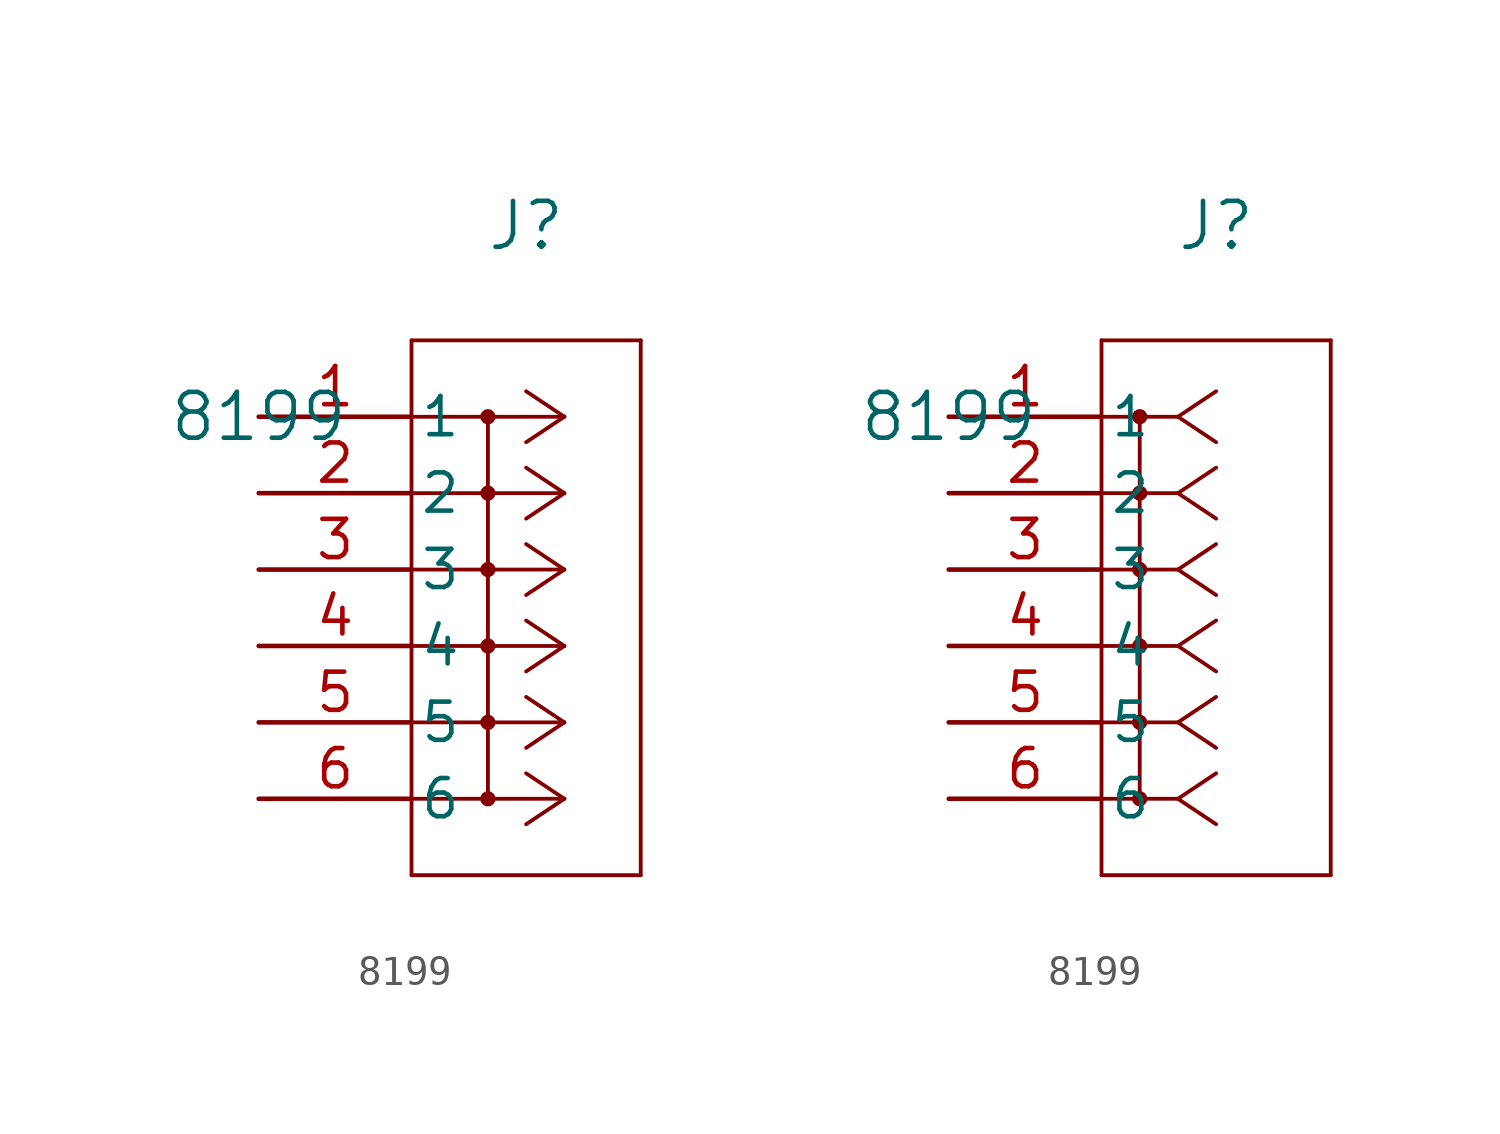
<source format=kicad_sym>
(kicad_symbol_lib
  (version 20211014)
  (generator kicad_symbol_editor)
  (symbol "8199"
    (pin_names
      (offset 0.254))
    (property "Reference" "J"
      (at 8.89 6.35 0)
      (effects (font (size 1.524 1.524))))
    (property "Value" "8199"
      (at 0 0 0)
      (effects (font (size 1.524 1.524))))
    (symbol "8199_1_1"
      (polyline (pts (xy 10.16 0) (xy 5.08 0)) (stroke (width 0.127) (type default) (color 0 0 0 0)) (fill (type none)))
      (polyline (pts (xy 10.16 -2.54) (xy 5.08 -2.54)) (stroke (width 0.127) (type default) (color 0 0 0 0)) (fill (type none)))
      (polyline (pts (xy 10.16 -5.08) (xy 5.08 -5.08)) (stroke (width 0.127) (type default) (color 0 0 0 0)) (fill (type none)))
      (polyline (pts (xy 10.16 -7.62) (xy 5.08 -7.62)) (stroke (width 0.127) (type default) (color 0 0 0 0)) (fill (type none)))
      (polyline (pts (xy 10.16 -10.16) (xy 5.08 -10.16)) (stroke (width 0.127) (type default) (color 0 0 0 0)) (fill (type none)))
      (polyline (pts (xy 10.16 -12.7) (xy 5.08 -12.7)) (stroke (width 0.127) (type default) (color 0 0 0 0)) (fill (type none)))
      (polyline (pts (xy 10.16 0) (xy 8.89 0.847)) (stroke (width 0.127) (type default) (color 0 0 0 0)) (fill (type none)))
      (polyline (pts (xy 10.16 -2.54) (xy 8.89 -1.693)) (stroke (width 0.127) (type default) (color 0 0 0 0)) (fill (type none)))
      (polyline (pts (xy 10.16 -5.08) (xy 8.89 -4.233)) (stroke (width 0.127) (type default) (color 0 0 0 0)) (fill (type none)))
      (polyline (pts (xy 10.16 -7.62) (xy 8.89 -6.773)) (stroke (width 0.127) (type default) (color 0 0 0 0)) (fill (type none)))
      (polyline (pts (xy 10.16 -10.16) (xy 8.89 -9.313)) (stroke (width 0.127) (type default) (color 0 0 0 0)) (fill (type none)))
      (polyline (pts (xy 10.16 -12.7) (xy 8.89 -11.853)) (stroke (width 0.127) (type default) (color 0 0 0 0)) (fill (type none)))
      (polyline (pts (xy 10.16 0) (xy 8.89 -0.847)) (stroke (width 0.127) (type default) (color 0 0 0 0)) (fill (type none)))
      (polyline (pts (xy 10.16 -2.54) (xy 8.89 -3.387)) (stroke (width 0.127) (type default) (color 0 0 0 0)) (fill (type none)))
      (polyline (pts (xy 10.16 -5.08) (xy 8.89 -5.927)) (stroke (width 0.127) (type default) (color 0 0 0 0)) (fill (type none)))
      (polyline (pts (xy 10.16 -7.62) (xy 8.89 -8.467)) (stroke (width 0.127) (type default) (color 0 0 0 0)) (fill (type none)))
      (polyline (pts (xy 10.16 -10.16) (xy 8.89 -11.007)) (stroke (width 0.127) (type default) (color 0 0 0 0)) (fill (type none)))
      (polyline (pts (xy 10.16 -12.7) (xy 8.89 -13.547)) (stroke (width 0.127) (type default) (color 0 0 0 0)) (fill (type none)))
      (polyline (pts (xy 5.08 2.54) (xy 5.08 -15.24)) (stroke (width 0.127) (type default) (color 0 0 0 0)) (fill (type none)))
      (polyline (pts (xy 5.08 -15.24) (xy 12.7 -15.24)) (stroke (width 0.127) (type default) (color 0 0 0 0)) (fill (type none)))
      (polyline (pts (xy 12.7 -15.24) (xy 12.7 2.54)) (stroke (width 0.127) (type default) (color 0 0 0 0)) (fill (type none)))
      (polyline (pts (xy 12.7 2.54) (xy 5.08 2.54)) (stroke (width 0.127) (type default) (color 0 0 0 0)) (fill (type none)))
      (polyline (pts (xy 7.62 0) (xy 7.62 -12.7)) (stroke (width 0.127) (type default) (color 0 0 0 0)) (fill (type none)))
      (circle (center 7.62 0) (radius 0.127) (stroke (width 0.254) (type default) (color 0 0 0 0)) (fill (type none)))
      (circle (center 7.62 -2.54) (radius 0.127) (stroke (width 0.254) (type default) (color 0 0 0 0)) (fill (type none)))
      (circle (center 7.62 -5.08) (radius 0.127) (stroke (width 0.254) (type default) (color 0 0 0 0)) (fill (type none)))
      (circle (center 7.62 -7.62) (radius 0.127) (stroke (width 0.254) (type default) (color 0 0 0 0)) (fill (type none)))
      (circle (center 7.62 -10.16) (radius 0.127) (stroke (width 0.254) (type default) (color 0 0 0 0)) (fill (type none)))
      (circle (center 7.62 -12.7) (radius 0.127) (stroke (width 0.254) (type default) (color 0 0 0 0)) (fill (type none)))
      (pin unspecified line (at 0 0 0) (length 5.08) (name "1" (effects (font (size 1.27 1.27)))) (number "1" (effects (font (size 1.27 1.27)))))
      (pin unspecified line (at 0 -2.54 0) (length 5.08) (name "2" (effects (font (size 1.27 1.27)))) (number "2" (effects (font (size 1.27 1.27)))))
      (pin unspecified line (at 0 -5.08 0) (length 5.08) (name "3" (effects (font (size 1.27 1.27)))) (number "3" (effects (font (size 1.27 1.27)))))
      (pin unspecified line (at 0 -7.62 0) (length 5.08) (name "4" (effects (font (size 1.27 1.27)))) (number "4" (effects (font (size 1.27 1.27)))))
      (pin unspecified line (at 0 -10.16 0) (length 5.08) (name "5" (effects (font (size 1.27 1.27)))) (number "5" (effects (font (size 1.27 1.27)))))
      (pin unspecified line (at 0 -12.7 0) (length 5.08) (name "6" (effects (font (size 1.27 1.27)))) (number "6" (effects (font (size 1.27 1.27))))))
    (symbol "8199_1_2"
      (polyline (pts (xy 7.62 0) (xy 5.08 0)) (stroke (width 0.127) (type default) (color 0 0 0 0)) (fill (type none)))
      (polyline (pts (xy 7.62 -2.54) (xy 5.08 -2.54)) (stroke (width 0.127) (type default) (color 0 0 0 0)) (fill (type none)))
      (polyline (pts (xy 7.62 -5.08) (xy 5.08 -5.08)) (stroke (width 0.127) (type default) (color 0 0 0 0)) (fill (type none)))
      (polyline (pts (xy 7.62 -7.62) (xy 5.08 -7.62)) (stroke (width 0.127) (type default) (color 0 0 0 0)) (fill (type none)))
      (polyline (pts (xy 7.62 -10.16) (xy 5.08 -10.16)) (stroke (width 0.127) (type default) (color 0 0 0 0)) (fill (type none)))
      (polyline (pts (xy 7.62 -12.7) (xy 5.08 -12.7)) (stroke (width 0.127) (type default) (color 0 0 0 0)) (fill (type none)))
      (polyline (pts (xy 7.62 0) (xy 8.89 0.847)) (stroke (width 0.127) (type default) (color 0 0 0 0)) (fill (type none)))
      (polyline (pts (xy 7.62 -2.54) (xy 8.89 -1.693)) (stroke (width 0.127) (type default) (color 0 0 0 0)) (fill (type none)))
      (polyline (pts (xy 7.62 -5.08) (xy 8.89 -4.233)) (stroke (width 0.127) (type default) (color 0 0 0 0)) (fill (type none)))
      (polyline (pts (xy 7.62 -7.62) (xy 8.89 -6.773)) (stroke (width 0.127) (type default) (color 0 0 0 0)) (fill (type none)))
      (polyline (pts (xy 7.62 -10.16) (xy 8.89 -9.313)) (stroke (width 0.127) (type default) (color 0 0 0 0)) (fill (type none)))
      (polyline (pts (xy 7.62 -12.7) (xy 8.89 -11.853)) (stroke (width 0.127) (type default) (color 0 0 0 0)) (fill (type none)))
      (polyline (pts (xy 7.62 0) (xy 8.89 -0.847)) (stroke (width 0.127) (type default) (color 0 0 0 0)) (fill (type none)))
      (polyline (pts (xy 7.62 -2.54) (xy 8.89 -3.387)) (stroke (width 0.127) (type default) (color 0 0 0 0)) (fill (type none)))
      (polyline (pts (xy 7.62 -5.08) (xy 8.89 -5.927)) (stroke (width 0.127) (type default) (color 0 0 0 0)) (fill (type none)))
      (polyline (pts (xy 7.62 -7.62) (xy 8.89 -8.467)) (stroke (width 0.127) (type default) (color 0 0 0 0)) (fill (type none)))
      (polyline (pts (xy 7.62 -10.16) (xy 8.89 -11.007)) (stroke (width 0.127) (type default) (color 0 0 0 0)) (fill (type none)))
      (polyline (pts (xy 7.62 -12.7) (xy 8.89 -13.547)) (stroke (width 0.127) (type default) (color 0 0 0 0)) (fill (type none)))
      (polyline (pts (xy 5.08 2.54) (xy 5.08 -15.24)) (stroke (width 0.127) (type default) (color 0 0 0 0)) (fill (type none)))
      (polyline (pts (xy 5.08 -15.24) (xy 12.7 -15.24)) (stroke (width 0.127) (type default) (color 0 0 0 0)) (fill (type none)))
      (polyline (pts (xy 12.7 -15.24) (xy 12.7 2.54)) (stroke (width 0.127) (type default) (color 0 0 0 0)) (fill (type none)))
      (polyline (pts (xy 12.7 2.54) (xy 5.08 2.54)) (stroke (width 0.127) (type default) (color 0 0 0 0)) (fill (type none)))
      (polyline (pts (xy 6.35 0) (xy 6.35 -12.7)) (stroke (width 0.127) (type default) (color 0 0 0 0)) (fill (type none)))
      (circle (center 6.35 0) (radius 0.127) (stroke (width 0.254) (type default) (color 0 0 0 0)) (fill (type none)))
      (circle (center 6.35 -2.54) (radius 0.127) (stroke (width 0.254) (type default) (color 0 0 0 0)) (fill (type none)))
      (circle (center 6.35 -5.08) (radius 0.127) (stroke (width 0.254) (type default) (color 0 0 0 0)) (fill (type none)))
      (circle (center 6.35 -7.62) (radius 0.127) (stroke (width 0.254) (type default) (color 0 0 0 0)) (fill (type none)))
      (circle (center 6.35 -10.16) (radius 0.127) (stroke (width 0.254) (type default) (color 0 0 0 0)) (fill (type none)))
      (circle (center 6.35 -12.7) (radius 0.127) (stroke (width 0.254) (type default) (color 0 0 0 0)) (fill (type none)))
      (pin unspecified line (at 0 0 0) (length 5.08) (name "1" (effects (font (size 1.27 1.27)))) (number "1" (effects (font (size 1.27 1.27)))))
      (pin unspecified line (at 0 -2.54 0) (length 5.08) (name "2" (effects (font (size 1.27 1.27)))) (number "2" (effects (font (size 1.27 1.27)))))
      (pin unspecified line (at 0 -5.08 0) (length 5.08) (name "3" (effects (font (size 1.27 1.27)))) (number "3" (effects (font (size 1.27 1.27)))))
      (pin unspecified line (at 0 -7.62 0) (length 5.08) (name "4" (effects (font (size 1.27 1.27)))) (number "4" (effects (font (size 1.27 1.27)))))
      (pin unspecified line (at 0 -10.16 0) (length 5.08) (name "5" (effects (font (size 1.27 1.27)))) (number "5" (effects (font (size 1.27 1.27)))))
      (pin unspecified line (at 0 -12.7 0) (length 5.08) (name "6" (effects (font (size 1.27 1.27)))) (number "6" (effects (font (size 1.27 1.27))))))))
</source>
